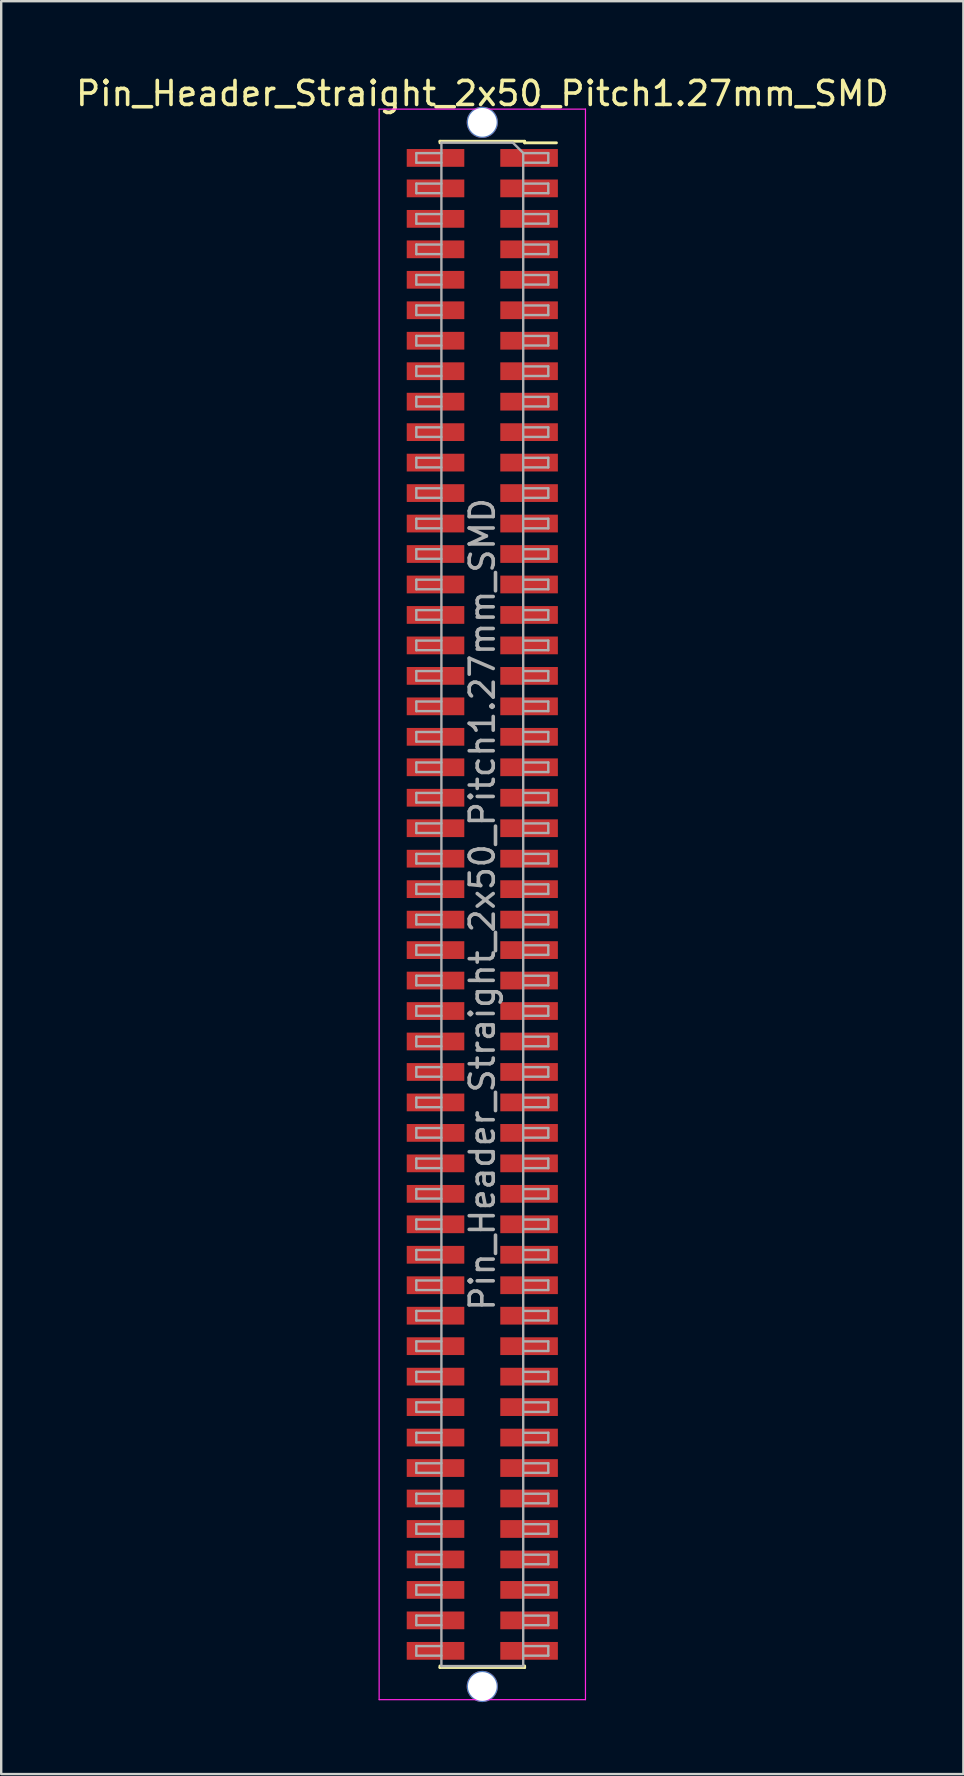
<source format=kicad_pcb>
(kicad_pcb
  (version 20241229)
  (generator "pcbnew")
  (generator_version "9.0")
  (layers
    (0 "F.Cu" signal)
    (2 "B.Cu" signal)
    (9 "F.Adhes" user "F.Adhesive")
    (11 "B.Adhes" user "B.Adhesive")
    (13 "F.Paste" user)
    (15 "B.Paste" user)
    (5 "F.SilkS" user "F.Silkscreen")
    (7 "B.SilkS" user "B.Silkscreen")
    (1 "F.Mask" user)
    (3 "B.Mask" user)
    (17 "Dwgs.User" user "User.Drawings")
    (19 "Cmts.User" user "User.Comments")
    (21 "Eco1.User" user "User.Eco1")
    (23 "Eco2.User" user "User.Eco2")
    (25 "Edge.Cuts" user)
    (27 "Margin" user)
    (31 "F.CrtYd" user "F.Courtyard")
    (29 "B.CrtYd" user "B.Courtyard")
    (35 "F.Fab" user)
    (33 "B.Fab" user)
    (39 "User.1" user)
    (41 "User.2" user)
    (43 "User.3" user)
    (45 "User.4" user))
  (footprint "Pin_Header_Straight_2x50_Pitch1.27mm_SMD"
    (layer "F.Cu")
    (at 17.054 34.648)
    (property "Reference" "Pin_Header_Straight_2x50_Pitch1.27mm_SMD" (at 0 -33.8 0) (layer "F.SilkS") (effects (font (size 1 1) (thickness 0.15))))
    (attr smd)
    (fp_line (start -1.765 -31.81) (end -1.765 -31.745) (stroke (width 0.12) (type solid)) (layer "F.SilkS"))
    (fp_line (start -1.765 -31.81) (end 1.765 -31.81) (stroke (width 0.12) (type solid)) (layer "F.SilkS"))
    (fp_line (start -1.765 31.745) (end -1.765 31.81) (stroke (width 0.12) (type solid)) (layer "F.SilkS"))
    (fp_line (start -1.765 31.81) (end 1.765 31.81) (stroke (width 0.12) (type solid)) (layer "F.SilkS"))
    (fp_line (start 1.765 -31.81) (end 1.765 -31.745) (stroke (width 0.12) (type solid)) (layer "F.SilkS"))
    (fp_line (start 1.765 -31.745) (end 3.09 -31.745) (stroke (width 0.12) (type solid)) (layer "F.SilkS"))
    (fp_line (start 1.765 31.745) (end 1.765 31.81) (stroke (width 0.12) (type solid)) (layer "F.SilkS"))
    (fp_line (start -4.3 -33.15) (end -4.3 33.15) (stroke (width 0.05) (type solid)) (layer "F.CrtYd"))
    (fp_line (start -4.3 33.15) (end 4.3 33.15) (stroke (width 0.05) (type solid)) (layer "F.CrtYd"))
    (fp_line (start 4.3 -33.15) (end -4.3 -33.15) (stroke (width 0.05) (type solid)) (layer "F.CrtYd"))
    (fp_line (start 4.3 33.15) (end 4.3 -33.15) (stroke (width 0.05) (type solid)) (layer "F.CrtYd"))
    (fp_line (start -2.75 -31.315) (end -2.75 -30.915) (stroke (width 0.1) (type solid)) (layer "F.Fab"))
    (fp_line (start -2.75 -30.915) (end -1.705 -30.915) (stroke (width 0.1) (type solid)) (layer "F.Fab"))
    (fp_line (start -2.75 -30.045) (end -2.75 -29.645) (stroke (width 0.1) (type solid)) (layer "F.Fab"))
    (fp_line (start -2.75 -29.645) (end -1.705 -29.645) (stroke (width 0.1) (type solid)) (layer "F.Fab"))
    (fp_line (start -2.75 -28.775) (end -2.75 -28.375) (stroke (width 0.1) (type solid)) (layer "F.Fab"))
    (fp_line (start -2.75 -28.375) (end -1.705 -28.375) (stroke (width 0.1) (type solid)) (layer "F.Fab"))
    (fp_line (start -2.75 -27.505) (end -2.75 -27.105) (stroke (width 0.1) (type solid)) (layer "F.Fab"))
    (fp_line (start -2.75 -27.105) (end -1.705 -27.105) (stroke (width 0.1) (type solid)) (layer "F.Fab"))
    (fp_line (start -2.75 -26.235) (end -2.75 -25.835) (stroke (width 0.1) (type solid)) (layer "F.Fab"))
    (fp_line (start -2.75 -25.835) (end -1.705 -25.835) (stroke (width 0.1) (type solid)) (layer "F.Fab"))
    (fp_line (start -2.75 -24.965) (end -2.75 -24.565) (stroke (width 0.1) (type solid)) (layer "F.Fab"))
    (fp_line (start -2.75 -24.565) (end -1.705 -24.565) (stroke (width 0.1) (type solid)) (layer "F.Fab"))
    (fp_line (start -2.75 -23.695) (end -2.75 -23.295) (stroke (width 0.1) (type solid)) (layer "F.Fab"))
    (fp_line (start -2.75 -23.295) (end -1.705 -23.295) (stroke (width 0.1) (type solid)) (layer "F.Fab"))
    (fp_line (start -2.75 -22.425) (end -2.75 -22.025) (stroke (width 0.1) (type solid)) (layer "F.Fab"))
    (fp_line (start -2.75 -22.025) (end -1.705 -22.025) (stroke (width 0.1) (type solid)) (layer "F.Fab"))
    (fp_line (start -2.75 -21.155) (end -2.75 -20.755) (stroke (width 0.1) (type solid)) (layer "F.Fab"))
    (fp_line (start -2.75 -20.755) (end -1.705 -20.755) (stroke (width 0.1) (type solid)) (layer "F.Fab"))
    (fp_line (start -2.75 -19.885) (end -2.75 -19.485) (stroke (width 0.1) (type solid)) (layer "F.Fab"))
    (fp_line (start -2.75 -19.485) (end -1.705 -19.485) (stroke (width 0.1) (type solid)) (layer "F.Fab"))
    (fp_line (start -2.75 -18.615) (end -2.75 -18.215) (stroke (width 0.1) (type solid)) (layer "F.Fab"))
    (fp_line (start -2.75 -18.215) (end -1.705 -18.215) (stroke (width 0.1) (type solid)) (layer "F.Fab"))
    (fp_line (start -2.75 -17.345) (end -2.75 -16.945) (stroke (width 0.1) (type solid)) (layer "F.Fab"))
    (fp_line (start -2.75 -16.945) (end -1.705 -16.945) (stroke (width 0.1) (type solid)) (layer "F.Fab"))
    (fp_line (start -2.75 -16.075) (end -2.75 -15.675) (stroke (width 0.1) (type solid)) (layer "F.Fab"))
    (fp_line (start -2.75 -15.675) (end -1.705 -15.675) (stroke (width 0.1) (type solid)) (layer "F.Fab"))
    (fp_line (start -2.75 -14.805) (end -2.75 -14.405) (stroke (width 0.1) (type solid)) (layer "F.Fab"))
    (fp_line (start -2.75 -14.405) (end -1.705 -14.405) (stroke (width 0.1) (type solid)) (layer "F.Fab"))
    (fp_line (start -2.75 -13.535) (end -2.75 -13.135) (stroke (width 0.1) (type solid)) (layer "F.Fab"))
    (fp_line (start -2.75 -13.135) (end -1.705 -13.135) (stroke (width 0.1) (type solid)) (layer "F.Fab"))
    (fp_line (start -2.75 -12.265) (end -2.75 -11.865) (stroke (width 0.1) (type solid)) (layer "F.Fab"))
    (fp_line (start -2.75 -11.865) (end -1.705 -11.865) (stroke (width 0.1) (type solid)) (layer "F.Fab"))
    (fp_line (start -2.75 -10.995) (end -2.75 -10.595) (stroke (width 0.1) (type solid)) (layer "F.Fab"))
    (fp_line (start -2.75 -10.595) (end -1.705 -10.595) (stroke (width 0.1) (type solid)) (layer "F.Fab"))
    (fp_line (start -2.75 -9.725) (end -2.75 -9.325) (stroke (width 0.1) (type solid)) (layer "F.Fab"))
    (fp_line (start -2.75 -9.325) (end -1.705 -9.325) (stroke (width 0.1) (type solid)) (layer "F.Fab"))
    (fp_line (start -2.75 -8.455) (end -2.75 -8.055) (stroke (width 0.1) (type solid)) (layer "F.Fab"))
    (fp_line (start -2.75 -8.055) (end -1.705 -8.055) (stroke (width 0.1) (type solid)) (layer "F.Fab"))
    (fp_line (start -2.75 -7.185) (end -2.75 -6.785) (stroke (width 0.1) (type solid)) (layer "F.Fab"))
    (fp_line (start -2.75 -6.785) (end -1.705 -6.785) (stroke (width 0.1) (type solid)) (layer "F.Fab"))
    (fp_line (start -2.75 -5.915) (end -2.75 -5.515) (stroke (width 0.1) (type solid)) (layer "F.Fab"))
    (fp_line (start -2.75 -5.515) (end -1.705 -5.515) (stroke (width 0.1) (type solid)) (layer "F.Fab"))
    (fp_line (start -2.75 -4.645) (end -2.75 -4.245) (stroke (width 0.1) (type solid)) (layer "F.Fab"))
    (fp_line (start -2.75 -4.245) (end -1.705 -4.245) (stroke (width 0.1) (type solid)) (layer "F.Fab"))
    (fp_line (start -2.75 -3.375) (end -2.75 -2.975) (stroke (width 0.1) (type solid)) (layer "F.Fab"))
    (fp_line (start -2.75 -2.975) (end -1.705 -2.975) (stroke (width 0.1) (type solid)) (layer "F.Fab"))
    (fp_line (start -2.75 -2.105) (end -2.75 -1.705) (stroke (width 0.1) (type solid)) (layer "F.Fab"))
    (fp_line (start -2.75 -1.705) (end -1.705 -1.705) (stroke (width 0.1) (type solid)) (layer "F.Fab"))
    (fp_line (start -2.75 -0.835) (end -2.75 -0.435) (stroke (width 0.1) (type solid)) (layer "F.Fab"))
    (fp_line (start -2.75 -0.435) (end -1.705 -0.435) (stroke (width 0.1) (type solid)) (layer "F.Fab"))
    (fp_line (start -2.75 0.435) (end -2.75 0.835) (stroke (width 0.1) (type solid)) (layer "F.Fab"))
    (fp_line (start -2.75 0.835) (end -1.705 0.835) (stroke (width 0.1) (type solid)) (layer "F.Fab"))
    (fp_line (start -2.75 1.705) (end -2.75 2.105) (stroke (width 0.1) (type solid)) (layer "F.Fab"))
    (fp_line (start -2.75 2.105) (end -1.705 2.105) (stroke (width 0.1) (type solid)) (layer "F.Fab"))
    (fp_line (start -2.75 2.975) (end -2.75 3.375) (stroke (width 0.1) (type solid)) (layer "F.Fab"))
    (fp_line (start -2.75 3.375) (end -1.705 3.375) (stroke (width 0.1) (type solid)) (layer "F.Fab"))
    (fp_line (start -2.75 4.245) (end -2.75 4.645) (stroke (width 0.1) (type solid)) (layer "F.Fab"))
    (fp_line (start -2.75 4.645) (end -1.705 4.645) (stroke (width 0.1) (type solid)) (layer "F.Fab"))
    (fp_line (start -2.75 5.515) (end -2.75 5.915) (stroke (width 0.1) (type solid)) (layer "F.Fab"))
    (fp_line (start -2.75 5.915) (end -1.705 5.915) (stroke (width 0.1) (type solid)) (layer "F.Fab"))
    (fp_line (start -2.75 6.785) (end -2.75 7.185) (stroke (width 0.1) (type solid)) (layer "F.Fab"))
    (fp_line (start -2.75 7.185) (end -1.705 7.185) (stroke (width 0.1) (type solid)) (layer "F.Fab"))
    (fp_line (start -2.75 8.055) (end -2.75 8.455) (stroke (width 0.1) (type solid)) (layer "F.Fab"))
    (fp_line (start -2.75 8.455) (end -1.705 8.455) (stroke (width 0.1) (type solid)) (layer "F.Fab"))
    (fp_line (start -2.75 9.325) (end -2.75 9.725) (stroke (width 0.1) (type solid)) (layer "F.Fab"))
    (fp_line (start -2.75 9.725) (end -1.705 9.725) (stroke (width 0.1) (type solid)) (layer "F.Fab"))
    (fp_line (start -2.75 10.595) (end -2.75 10.995) (stroke (width 0.1) (type solid)) (layer "F.Fab"))
    (fp_line (start -2.75 10.995) (end -1.705 10.995) (stroke (width 0.1) (type solid)) (layer "F.Fab"))
    (fp_line (start -2.75 11.865) (end -2.75 12.265) (stroke (width 0.1) (type solid)) (layer "F.Fab"))
    (fp_line (start -2.75 12.265) (end -1.705 12.265) (stroke (width 0.1) (type solid)) (layer "F.Fab"))
    (fp_line (start -2.75 13.135) (end -2.75 13.535) (stroke (width 0.1) (type solid)) (layer "F.Fab"))
    (fp_line (start -2.75 13.535) (end -1.705 13.535) (stroke (width 0.1) (type solid)) (layer "F.Fab"))
    (fp_line (start -2.75 14.405) (end -2.75 14.805) (stroke (width 0.1) (type solid)) (layer "F.Fab"))
    (fp_line (start -2.75 14.805) (end -1.705 14.805) (stroke (width 0.1) (type solid)) (layer "F.Fab"))
    (fp_line (start -2.75 15.675) (end -2.75 16.075) (stroke (width 0.1) (type solid)) (layer "F.Fab"))
    (fp_line (start -2.75 16.075) (end -1.705 16.075) (stroke (width 0.1) (type solid)) (layer "F.Fab"))
    (fp_line (start -2.75 16.945) (end -2.75 17.345) (stroke (width 0.1) (type solid)) (layer "F.Fab"))
    (fp_line (start -2.75 17.345) (end -1.705 17.345) (stroke (width 0.1) (type solid)) (layer "F.Fab"))
    (fp_line (start -2.75 18.215) (end -2.75 18.615) (stroke (width 0.1) (type solid)) (layer "F.Fab"))
    (fp_line (start -2.75 18.615) (end -1.705 18.615) (stroke (width 0.1) (type solid)) (layer "F.Fab"))
    (fp_line (start -2.75 19.485) (end -2.75 19.885) (stroke (width 0.1) (type solid)) (layer "F.Fab"))
    (fp_line (start -2.75 19.885) (end -1.705 19.885) (stroke (width 0.1) (type solid)) (layer "F.Fab"))
    (fp_line (start -2.75 20.755) (end -2.75 21.155) (stroke (width 0.1) (type solid)) (layer "F.Fab"))
    (fp_line (start -2.75 21.155) (end -1.705 21.155) (stroke (width 0.1) (type solid)) (layer "F.Fab"))
    (fp_line (start -2.75 22.025) (end -2.75 22.425) (stroke (width 0.1) (type solid)) (layer "F.Fab"))
    (fp_line (start -2.75 22.425) (end -1.705 22.425) (stroke (width 0.1) (type solid)) (layer "F.Fab"))
    (fp_line (start -2.75 23.295) (end -2.75 23.695) (stroke (width 0.1) (type solid)) (layer "F.Fab"))
    (fp_line (start -2.75 23.695) (end -1.705 23.695) (stroke (width 0.1) (type solid)) (layer "F.Fab"))
    (fp_line (start -2.75 24.565) (end -2.75 24.965) (stroke (width 0.1) (type solid)) (layer "F.Fab"))
    (fp_line (start -2.75 24.965) (end -1.705 24.965) (stroke (width 0.1) (type solid)) (layer "F.Fab"))
    (fp_line (start -2.75 25.835) (end -2.75 26.235) (stroke (width 0.1) (type solid)) (layer "F.Fab"))
    (fp_line (start -2.75 26.235) (end -1.705 26.235) (stroke (width 0.1) (type solid)) (layer "F.Fab"))
    (fp_line (start -2.75 27.105) (end -2.75 27.505) (stroke (width 0.1) (type solid)) (layer "F.Fab"))
    (fp_line (start -2.75 27.505) (end -1.705 27.505) (stroke (width 0.1) (type solid)) (layer "F.Fab"))
    (fp_line (start -2.75 28.375) (end -2.75 28.775) (stroke (width 0.1) (type solid)) (layer "F.Fab"))
    (fp_line (start -2.75 28.775) (end -1.705 28.775) (stroke (width 0.1) (type solid)) (layer "F.Fab"))
    (fp_line (start -2.75 29.645) (end -2.75 30.045) (stroke (width 0.1) (type solid)) (layer "F.Fab"))
    (fp_line (start -2.75 30.045) (end -1.705 30.045) (stroke (width 0.1) (type solid)) (layer "F.Fab"))
    (fp_line (start -2.75 30.915) (end -2.75 31.315) (stroke (width 0.1) (type solid)) (layer "F.Fab"))
    (fp_line (start -2.75 31.315) (end -1.705 31.315) (stroke (width 0.1) (type solid)) (layer "F.Fab"))
    (fp_line (start -1.705 -31.315) (end -2.75 -31.315) (stroke (width 0.1) (type solid)) (layer "F.Fab"))
    (fp_line (start -1.705 -30.045) (end -2.75 -30.045) (stroke (width 0.1) (type solid)) (layer "F.Fab"))
    (fp_line (start -1.705 -28.775) (end -2.75 -28.775) (stroke (width 0.1) (type solid)) (layer "F.Fab"))
    (fp_line (start -1.705 -27.505) (end -2.75 -27.505) (stroke (width 0.1) (type solid)) (layer "F.Fab"))
    (fp_line (start -1.705 -26.235) (end -2.75 -26.235) (stroke (width 0.1) (type solid)) (layer "F.Fab"))
    (fp_line (start -1.705 -24.965) (end -2.75 -24.965) (stroke (width 0.1) (type solid)) (layer "F.Fab"))
    (fp_line (start -1.705 -23.695) (end -2.75 -23.695) (stroke (width 0.1) (type solid)) (layer "F.Fab"))
    (fp_line (start -1.705 -22.425) (end -2.75 -22.425) (stroke (width 0.1) (type solid)) (layer "F.Fab"))
    (fp_line (start -1.705 -21.155) (end -2.75 -21.155) (stroke (width 0.1) (type solid)) (layer "F.Fab"))
    (fp_line (start -1.705 -19.885) (end -2.75 -19.885) (stroke (width 0.1) (type solid)) (layer "F.Fab"))
    (fp_line (start -1.705 -18.615) (end -2.75 -18.615) (stroke (width 0.1) (type solid)) (layer "F.Fab"))
    (fp_line (start -1.705 -17.345) (end -2.75 -17.345) (stroke (width 0.1) (type solid)) (layer "F.Fab"))
    (fp_line (start -1.705 -16.075) (end -2.75 -16.075) (stroke (width 0.1) (type solid)) (layer "F.Fab"))
    (fp_line (start -1.705 -14.805) (end -2.75 -14.805) (stroke (width 0.1) (type solid)) (layer "F.Fab"))
    (fp_line (start -1.705 -13.535) (end -2.75 -13.535) (stroke (width 0.1) (type solid)) (layer "F.Fab"))
    (fp_line (start -1.705 -12.265) (end -2.75 -12.265) (stroke (width 0.1) (type solid)) (layer "F.Fab"))
    (fp_line (start -1.705 -10.995) (end -2.75 -10.995) (stroke (width 0.1) (type solid)) (layer "F.Fab"))
    (fp_line (start -1.705 -9.725) (end -2.75 -9.725) (stroke (width 0.1) (type solid)) (layer "F.Fab"))
    (fp_line (start -1.705 -8.455) (end -2.75 -8.455) (stroke (width 0.1) (type solid)) (layer "F.Fab"))
    (fp_line (start -1.705 -7.185) (end -2.75 -7.185) (stroke (width 0.1) (type solid)) (layer "F.Fab"))
    (fp_line (start -1.705 -5.915) (end -2.75 -5.915) (stroke (width 0.1) (type solid)) (layer "F.Fab"))
    (fp_line (start -1.705 -4.645) (end -2.75 -4.645) (stroke (width 0.1) (type solid)) (layer "F.Fab"))
    (fp_line (start -1.705 -3.375) (end -2.75 -3.375) (stroke (width 0.1) (type solid)) (layer "F.Fab"))
    (fp_line (start -1.705 -2.105) (end -2.75 -2.105) (stroke (width 0.1) (type solid)) (layer "F.Fab"))
    (fp_line (start -1.705 -0.835) (end -2.75 -0.835) (stroke (width 0.1) (type solid)) (layer "F.Fab"))
    (fp_line (start -1.705 0.435) (end -2.75 0.435) (stroke (width 0.1) (type solid)) (layer "F.Fab"))
    (fp_line (start -1.705 1.705) (end -2.75 1.705) (stroke (width 0.1) (type solid)) (layer "F.Fab"))
    (fp_line (start -1.705 2.975) (end -2.75 2.975) (stroke (width 0.1) (type solid)) (layer "F.Fab"))
    (fp_line (start -1.705 4.245) (end -2.75 4.245) (stroke (width 0.1) (type solid)) (layer "F.Fab"))
    (fp_line (start -1.705 5.515) (end -2.75 5.515) (stroke (width 0.1) (type solid)) (layer "F.Fab"))
    (fp_line (start -1.705 6.785) (end -2.75 6.785) (stroke (width 0.1) (type solid)) (layer "F.Fab"))
    (fp_line (start -1.705 8.055) (end -2.75 8.055) (stroke (width 0.1) (type solid)) (layer "F.Fab"))
    (fp_line (start -1.705 9.325) (end -2.75 9.325) (stroke (width 0.1) (type solid)) (layer "F.Fab"))
    (fp_line (start -1.705 10.595) (end -2.75 10.595) (stroke (width 0.1) (type solid)) (layer "F.Fab"))
    (fp_line (start -1.705 11.865) (end -2.75 11.865) (stroke (width 0.1) (type solid)) (layer "F.Fab"))
    (fp_line (start -1.705 13.135) (end -2.75 13.135) (stroke (width 0.1) (type solid)) (layer "F.Fab"))
    (fp_line (start -1.705 14.405) (end -2.75 14.405) (stroke (width 0.1) (type solid)) (layer "F.Fab"))
    (fp_line (start -1.705 15.675) (end -2.75 15.675) (stroke (width 0.1) (type solid)) (layer "F.Fab"))
    (fp_line (start -1.705 16.945) (end -2.75 16.945) (stroke (width 0.1) (type solid)) (layer "F.Fab"))
    (fp_line (start -1.705 18.215) (end -2.75 18.215) (stroke (width 0.1) (type solid)) (layer "F.Fab"))
    (fp_line (start -1.705 19.485) (end -2.75 19.485) (stroke (width 0.1) (type solid)) (layer "F.Fab"))
    (fp_line (start -1.705 20.755) (end -2.75 20.755) (stroke (width 0.1) (type solid)) (layer "F.Fab"))
    (fp_line (start -1.705 22.025) (end -2.75 22.025) (stroke (width 0.1) (type solid)) (layer "F.Fab"))
    (fp_line (start -1.705 23.295) (end -2.75 23.295) (stroke (width 0.1) (type solid)) (layer "F.Fab"))
    (fp_line (start -1.705 24.565) (end -2.75 24.565) (stroke (width 0.1) (type solid)) (layer "F.Fab"))
    (fp_line (start -1.705 25.835) (end -2.75 25.835) (stroke (width 0.1) (type solid)) (layer "F.Fab"))
    (fp_line (start -1.705 27.105) (end -2.75 27.105) (stroke (width 0.1) (type solid)) (layer "F.Fab"))
    (fp_line (start -1.705 28.375) (end -2.75 28.375) (stroke (width 0.1) (type solid)) (layer "F.Fab"))
    (fp_line (start -1.705 29.645) (end -2.75 29.645) (stroke (width 0.1) (type solid)) (layer "F.Fab"))
    (fp_line (start -1.705 30.915) (end -2.75 30.915) (stroke (width 0.1) (type solid)) (layer "F.Fab"))
    (fp_line (start -1.705 31.75) (end -1.705 -31.75) (stroke (width 0.1) (type solid)) (layer "F.Fab"))
    (fp_line (start -1.7 -31.75) (end 1.275 -31.75) (stroke (width 0.1) (type solid)) (layer "F.Fab"))
    (fp_line (start 1.705 -31.315) (end 2.75 -31.315) (stroke (width 0.1) (type solid)) (layer "F.Fab"))
    (fp_line (start 1.705 -31.3) (end 1.705 31.75) (stroke (width 0.1) (type solid)) (layer "F.Fab"))
    (fp_line (start 1.705 -30.045) (end 2.75 -30.045) (stroke (width 0.1) (type solid)) (layer "F.Fab"))
    (fp_line (start 1.705 -28.775) (end 2.75 -28.775) (stroke (width 0.1) (type solid)) (layer "F.Fab"))
    (fp_line (start 1.705 -27.505) (end 2.75 -27.505) (stroke (width 0.1) (type solid)) (layer "F.Fab"))
    (fp_line (start 1.705 -26.235) (end 2.75 -26.235) (stroke (width 0.1) (type solid)) (layer "F.Fab"))
    (fp_line (start 1.705 -24.965) (end 2.75 -24.965) (stroke (width 0.1) (type solid)) (layer "F.Fab"))
    (fp_line (start 1.705 -23.695) (end 2.75 -23.695) (stroke (width 0.1) (type solid)) (layer "F.Fab"))
    (fp_line (start 1.705 -22.425) (end 2.75 -22.425) (stroke (width 0.1) (type solid)) (layer "F.Fab"))
    (fp_line (start 1.705 -21.155) (end 2.75 -21.155) (stroke (width 0.1) (type solid)) (layer "F.Fab"))
    (fp_line (start 1.705 -19.885) (end 2.75 -19.885) (stroke (width 0.1) (type solid)) (layer "F.Fab"))
    (fp_line (start 1.705 -18.615) (end 2.75 -18.615) (stroke (width 0.1) (type solid)) (layer "F.Fab"))
    (fp_line (start 1.705 -17.345) (end 2.75 -17.345) (stroke (width 0.1) (type solid)) (layer "F.Fab"))
    (fp_line (start 1.705 -16.075) (end 2.75 -16.075) (stroke (width 0.1) (type solid)) (layer "F.Fab"))
    (fp_line (start 1.705 -14.805) (end 2.75 -14.805) (stroke (width 0.1) (type solid)) (layer "F.Fab"))
    (fp_line (start 1.705 -13.535) (end 2.75 -13.535) (stroke (width 0.1) (type solid)) (layer "F.Fab"))
    (fp_line (start 1.705 -12.265) (end 2.75 -12.265) (stroke (width 0.1) (type solid)) (layer "F.Fab"))
    (fp_line (start 1.705 -10.995) (end 2.75 -10.995) (stroke (width 0.1) (type solid)) (layer "F.Fab"))
    (fp_line (start 1.705 -9.725) (end 2.75 -9.725) (stroke (width 0.1) (type solid)) (layer "F.Fab"))
    (fp_line (start 1.705 -8.455) (end 2.75 -8.455) (stroke (width 0.1) (type solid)) (layer "F.Fab"))
    (fp_line (start 1.705 -7.185) (end 2.75 -7.185) (stroke (width 0.1) (type solid)) (layer "F.Fab"))
    (fp_line (start 1.705 -5.915) (end 2.75 -5.915) (stroke (width 0.1) (type solid)) (layer "F.Fab"))
    (fp_line (start 1.705 -4.645) (end 2.75 -4.645) (stroke (width 0.1) (type solid)) (layer "F.Fab"))
    (fp_line (start 1.705 -3.375) (end 2.75 -3.375) (stroke (width 0.1) (type solid)) (layer "F.Fab"))
    (fp_line (start 1.705 -2.105) (end 2.75 -2.105) (stroke (width 0.1) (type solid)) (layer "F.Fab"))
    (fp_line (start 1.705 -0.835) (end 2.75 -0.835) (stroke (width 0.1) (type solid)) (layer "F.Fab"))
    (fp_line (start 1.705 0.435) (end 2.75 0.435) (stroke (width 0.1) (type solid)) (layer "F.Fab"))
    (fp_line (start 1.705 1.705) (end 2.75 1.705) (stroke (width 0.1) (type solid)) (layer "F.Fab"))
    (fp_line (start 1.705 2.975) (end 2.75 2.975) (stroke (width 0.1) (type solid)) (layer "F.Fab"))
    (fp_line (start 1.705 4.245) (end 2.75 4.245) (stroke (width 0.1) (type solid)) (layer "F.Fab"))
    (fp_line (start 1.705 5.515) (end 2.75 5.515) (stroke (width 0.1) (type solid)) (layer "F.Fab"))
    (fp_line (start 1.705 6.785) (end 2.75 6.785) (stroke (width 0.1) (type solid)) (layer "F.Fab"))
    (fp_line (start 1.705 8.055) (end 2.75 8.055) (stroke (width 0.1) (type solid)) (layer "F.Fab"))
    (fp_line (start 1.705 9.325) (end 2.75 9.325) (stroke (width 0.1) (type solid)) (layer "F.Fab"))
    (fp_line (start 1.705 10.595) (end 2.75 10.595) (stroke (width 0.1) (type solid)) (layer "F.Fab"))
    (fp_line (start 1.705 11.865) (end 2.75 11.865) (stroke (width 0.1) (type solid)) (layer "F.Fab"))
    (fp_line (start 1.705 13.135) (end 2.75 13.135) (stroke (width 0.1) (type solid)) (layer "F.Fab"))
    (fp_line (start 1.705 14.405) (end 2.75 14.405) (stroke (width 0.1) (type solid)) (layer "F.Fab"))
    (fp_line (start 1.705 15.675) (end 2.75 15.675) (stroke (width 0.1) (type solid)) (layer "F.Fab"))
    (fp_line (start 1.705 16.945) (end 2.75 16.945) (stroke (width 0.1) (type solid)) (layer "F.Fab"))
    (fp_line (start 1.705 18.215) (end 2.75 18.215) (stroke (width 0.1) (type solid)) (layer "F.Fab"))
    (fp_line (start 1.705 19.485) (end 2.75 19.485) (stroke (width 0.1) (type solid)) (layer "F.Fab"))
    (fp_line (start 1.705 20.755) (end 2.75 20.755) (stroke (width 0.1) (type solid)) (layer "F.Fab"))
    (fp_line (start 1.705 22.025) (end 2.75 22.025) (stroke (width 0.1) (type solid)) (layer "F.Fab"))
    (fp_line (start 1.705 23.295) (end 2.75 23.295) (stroke (width 0.1) (type solid)) (layer "F.Fab"))
    (fp_line (start 1.705 24.565) (end 2.75 24.565) (stroke (width 0.1) (type solid)) (layer "F.Fab"))
    (fp_line (start 1.705 25.835) (end 2.75 25.835) (stroke (width 0.1) (type solid)) (layer "F.Fab"))
    (fp_line (start 1.705 27.105) (end 2.75 27.105) (stroke (width 0.1) (type solid)) (layer "F.Fab"))
    (fp_line (start 1.705 28.375) (end 2.75 28.375) (stroke (width 0.1) (type solid)) (layer "F.Fab"))
    (fp_line (start 1.705 29.645) (end 2.75 29.645) (stroke (width 0.1) (type solid)) (layer "F.Fab"))
    (fp_line (start 1.705 30.915) (end 2.75 30.915) (stroke (width 0.1) (type solid)) (layer "F.Fab"))
    (fp_line (start 1.705 31.75) (end -1.705 31.75) (stroke (width 0.1) (type solid)) (layer "F.Fab"))
    (fp_line (start 1.71 -31.315) (end 1.275 -31.75) (stroke (width 0.1) (type solid)) (layer "F.Fab"))
    (fp_line (start 2.75 -31.315) (end 2.75 -30.915) (stroke (width 0.1) (type solid)) (layer "F.Fab"))
    (fp_line (start 2.75 -30.915) (end 1.705 -30.915) (stroke (width 0.1) (type solid)) (layer "F.Fab"))
    (fp_line (start 2.75 -30.045) (end 2.75 -29.645) (stroke (width 0.1) (type solid)) (layer "F.Fab"))
    (fp_line (start 2.75 -29.645) (end 1.705 -29.645) (stroke (width 0.1) (type solid)) (layer "F.Fab"))
    (fp_line (start 2.75 -28.775) (end 2.75 -28.375) (stroke (width 0.1) (type solid)) (layer "F.Fab"))
    (fp_line (start 2.75 -28.375) (end 1.705 -28.375) (stroke (width 0.1) (type solid)) (layer "F.Fab"))
    (fp_line (start 2.75 -27.505) (end 2.75 -27.105) (stroke (width 0.1) (type solid)) (layer "F.Fab"))
    (fp_line (start 2.75 -27.105) (end 1.705 -27.105) (stroke (width 0.1) (type solid)) (layer "F.Fab"))
    (fp_line (start 2.75 -26.235) (end 2.75 -25.835) (stroke (width 0.1) (type solid)) (layer "F.Fab"))
    (fp_line (start 2.75 -25.835) (end 1.705 -25.835) (stroke (width 0.1) (type solid)) (layer "F.Fab"))
    (fp_line (start 2.75 -24.965) (end 2.75 -24.565) (stroke (width 0.1) (type solid)) (layer "F.Fab"))
    (fp_line (start 2.75 -24.565) (end 1.705 -24.565) (stroke (width 0.1) (type solid)) (layer "F.Fab"))
    (fp_line (start 2.75 -23.695) (end 2.75 -23.295) (stroke (width 0.1) (type solid)) (layer "F.Fab"))
    (fp_line (start 2.75 -23.295) (end 1.705 -23.295) (stroke (width 0.1) (type solid)) (layer "F.Fab"))
    (fp_line (start 2.75 -22.425) (end 2.75 -22.025) (stroke (width 0.1) (type solid)) (layer "F.Fab"))
    (fp_line (start 2.75 -22.025) (end 1.705 -22.025) (stroke (width 0.1) (type solid)) (layer "F.Fab"))
    (fp_line (start 2.75 -21.155) (end 2.75 -20.755) (stroke (width 0.1) (type solid)) (layer "F.Fab"))
    (fp_line (start 2.75 -20.755) (end 1.705 -20.755) (stroke (width 0.1) (type solid)) (layer "F.Fab"))
    (fp_line (start 2.75 -19.885) (end 2.75 -19.485) (stroke (width 0.1) (type solid)) (layer "F.Fab"))
    (fp_line (start 2.75 -19.485) (end 1.705 -19.485) (stroke (width 0.1) (type solid)) (layer "F.Fab"))
    (fp_line (start 2.75 -18.615) (end 2.75 -18.215) (stroke (width 0.1) (type solid)) (layer "F.Fab"))
    (fp_line (start 2.75 -18.215) (end 1.705 -18.215) (stroke (width 0.1) (type solid)) (layer "F.Fab"))
    (fp_line (start 2.75 -17.345) (end 2.75 -16.945) (stroke (width 0.1) (type solid)) (layer "F.Fab"))
    (fp_line (start 2.75 -16.945) (end 1.705 -16.945) (stroke (width 0.1) (type solid)) (layer "F.Fab"))
    (fp_line (start 2.75 -16.075) (end 2.75 -15.675) (stroke (width 0.1) (type solid)) (layer "F.Fab"))
    (fp_line (start 2.75 -15.675) (end 1.705 -15.675) (stroke (width 0.1) (type solid)) (layer "F.Fab"))
    (fp_line (start 2.75 -14.805) (end 2.75 -14.405) (stroke (width 0.1) (type solid)) (layer "F.Fab"))
    (fp_line (start 2.75 -14.405) (end 1.705 -14.405) (stroke (width 0.1) (type solid)) (layer "F.Fab"))
    (fp_line (start 2.75 -13.535) (end 2.75 -13.135) (stroke (width 0.1) (type solid)) (layer "F.Fab"))
    (fp_line (start 2.75 -13.135) (end 1.705 -13.135) (stroke (width 0.1) (type solid)) (layer "F.Fab"))
    (fp_line (start 2.75 -12.265) (end 2.75 -11.865) (stroke (width 0.1) (type solid)) (layer "F.Fab"))
    (fp_line (start 2.75 -11.865) (end 1.705 -11.865) (stroke (width 0.1) (type solid)) (layer "F.Fab"))
    (fp_line (start 2.75 -10.995) (end 2.75 -10.595) (stroke (width 0.1) (type solid)) (layer "F.Fab"))
    (fp_line (start 2.75 -10.595) (end 1.705 -10.595) (stroke (width 0.1) (type solid)) (layer "F.Fab"))
    (fp_line (start 2.75 -9.725) (end 2.75 -9.325) (stroke (width 0.1) (type solid)) (layer "F.Fab"))
    (fp_line (start 2.75 -9.325) (end 1.705 -9.325) (stroke (width 0.1) (type solid)) (layer "F.Fab"))
    (fp_line (start 2.75 -8.455) (end 2.75 -8.055) (stroke (width 0.1) (type solid)) (layer "F.Fab"))
    (fp_line (start 2.75 -8.055) (end 1.705 -8.055) (stroke (width 0.1) (type solid)) (layer "F.Fab"))
    (fp_line (start 2.75 -7.185) (end 2.75 -6.785) (stroke (width 0.1) (type solid)) (layer "F.Fab"))
    (fp_line (start 2.75 -6.785) (end 1.705 -6.785) (stroke (width 0.1) (type solid)) (layer "F.Fab"))
    (fp_line (start 2.75 -5.915) (end 2.75 -5.515) (stroke (width 0.1) (type solid)) (layer "F.Fab"))
    (fp_line (start 2.75 -5.515) (end 1.705 -5.515) (stroke (width 0.1) (type solid)) (layer "F.Fab"))
    (fp_line (start 2.75 -4.645) (end 2.75 -4.245) (stroke (width 0.1) (type solid)) (layer "F.Fab"))
    (fp_line (start 2.75 -4.245) (end 1.705 -4.245) (stroke (width 0.1) (type solid)) (layer "F.Fab"))
    (fp_line (start 2.75 -3.375) (end 2.75 -2.975) (stroke (width 0.1) (type solid)) (layer "F.Fab"))
    (fp_line (start 2.75 -2.975) (end 1.705 -2.975) (stroke (width 0.1) (type solid)) (layer "F.Fab"))
    (fp_line (start 2.75 -2.105) (end 2.75 -1.705) (stroke (width 0.1) (type solid)) (layer "F.Fab"))
    (fp_line (start 2.75 -1.705) (end 1.705 -1.705) (stroke (width 0.1) (type solid)) (layer "F.Fab"))
    (fp_line (start 2.75 -0.835) (end 2.75 -0.435) (stroke (width 0.1) (type solid)) (layer "F.Fab"))
    (fp_line (start 2.75 -0.435) (end 1.705 -0.435) (stroke (width 0.1) (type solid)) (layer "F.Fab"))
    (fp_line (start 2.75 0.435) (end 2.75 0.835) (stroke (width 0.1) (type solid)) (layer "F.Fab"))
    (fp_line (start 2.75 0.835) (end 1.705 0.835) (stroke (width 0.1) (type solid)) (layer "F.Fab"))
    (fp_line (start 2.75 1.705) (end 2.75 2.105) (stroke (width 0.1) (type solid)) (layer "F.Fab"))
    (fp_line (start 2.75 2.105) (end 1.705 2.105) (stroke (width 0.1) (type solid)) (layer "F.Fab"))
    (fp_line (start 2.75 2.975) (end 2.75 3.375) (stroke (width 0.1) (type solid)) (layer "F.Fab"))
    (fp_line (start 2.75 3.375) (end 1.705 3.375) (stroke (width 0.1) (type solid)) (layer "F.Fab"))
    (fp_line (start 2.75 4.245) (end 2.75 4.645) (stroke (width 0.1) (type solid)) (layer "F.Fab"))
    (fp_line (start 2.75 4.645) (end 1.705 4.645) (stroke (width 0.1) (type solid)) (layer "F.Fab"))
    (fp_line (start 2.75 5.515) (end 2.75 5.915) (stroke (width 0.1) (type solid)) (layer "F.Fab"))
    (fp_line (start 2.75 5.915) (end 1.705 5.915) (stroke (width 0.1) (type solid)) (layer "F.Fab"))
    (fp_line (start 2.75 6.785) (end 2.75 7.185) (stroke (width 0.1) (type solid)) (layer "F.Fab"))
    (fp_line (start 2.75 7.185) (end 1.705 7.185) (stroke (width 0.1) (type solid)) (layer "F.Fab"))
    (fp_line (start 2.75 8.055) (end 2.75 8.455) (stroke (width 0.1) (type solid)) (layer "F.Fab"))
    (fp_line (start 2.75 8.455) (end 1.705 8.455) (stroke (width 0.1) (type solid)) (layer "F.Fab"))
    (fp_line (start 2.75 9.325) (end 2.75 9.725) (stroke (width 0.1) (type solid)) (layer "F.Fab"))
    (fp_line (start 2.75 9.725) (end 1.705 9.725) (stroke (width 0.1) (type solid)) (layer "F.Fab"))
    (fp_line (start 2.75 10.595) (end 2.75 10.995) (stroke (width 0.1) (type solid)) (layer "F.Fab"))
    (fp_line (start 2.75 10.995) (end 1.705 10.995) (stroke (width 0.1) (type solid)) (layer "F.Fab"))
    (fp_line (start 2.75 11.865) (end 2.75 12.265) (stroke (width 0.1) (type solid)) (layer "F.Fab"))
    (fp_line (start 2.75 12.265) (end 1.705 12.265) (stroke (width 0.1) (type solid)) (layer "F.Fab"))
    (fp_line (start 2.75 13.135) (end 2.75 13.535) (stroke (width 0.1) (type solid)) (layer "F.Fab"))
    (fp_line (start 2.75 13.535) (end 1.705 13.535) (stroke (width 0.1) (type solid)) (layer "F.Fab"))
    (fp_line (start 2.75 14.405) (end 2.75 14.805) (stroke (width 0.1) (type solid)) (layer "F.Fab"))
    (fp_line (start 2.75 14.805) (end 1.705 14.805) (stroke (width 0.1) (type solid)) (layer "F.Fab"))
    (fp_line (start 2.75 15.675) (end 2.75 16.075) (stroke (width 0.1) (type solid)) (layer "F.Fab"))
    (fp_line (start 2.75 16.075) (end 1.705 16.075) (stroke (width 0.1) (type solid)) (layer "F.Fab"))
    (fp_line (start 2.75 16.945) (end 2.75 17.345) (stroke (width 0.1) (type solid)) (layer "F.Fab"))
    (fp_line (start 2.75 17.345) (end 1.705 17.345) (stroke (width 0.1) (type solid)) (layer "F.Fab"))
    (fp_line (start 2.75 18.215) (end 2.75 18.615) (stroke (width 0.1) (type solid)) (layer "F.Fab"))
    (fp_line (start 2.75 18.615) (end 1.705 18.615) (stroke (width 0.1) (type solid)) (layer "F.Fab"))
    (fp_line (start 2.75 19.485) (end 2.75 19.885) (stroke (width 0.1) (type solid)) (layer "F.Fab"))
    (fp_line (start 2.75 19.885) (end 1.705 19.885) (stroke (width 0.1) (type solid)) (layer "F.Fab"))
    (fp_line (start 2.75 20.755) (end 2.75 21.155) (stroke (width 0.1) (type solid)) (layer "F.Fab"))
    (fp_line (start 2.75 21.155) (end 1.705 21.155) (stroke (width 0.1) (type solid)) (layer "F.Fab"))
    (fp_line (start 2.75 22.025) (end 2.75 22.425) (stroke (width 0.1) (type solid)) (layer "F.Fab"))
    (fp_line (start 2.75 22.425) (end 1.705 22.425) (stroke (width 0.1) (type solid)) (layer "F.Fab"))
    (fp_line (start 2.75 23.295) (end 2.75 23.695) (stroke (width 0.1) (type solid)) (layer "F.Fab"))
    (fp_line (start 2.75 23.695) (end 1.705 23.695) (stroke (width 0.1) (type solid)) (layer "F.Fab"))
    (fp_line (start 2.75 24.565) (end 2.75 24.965) (stroke (width 0.1) (type solid)) (layer "F.Fab"))
    (fp_line (start 2.75 24.965) (end 1.705 24.965) (stroke (width 0.1) (type solid)) (layer "F.Fab"))
    (fp_line (start 2.75 25.835) (end 2.75 26.235) (stroke (width 0.1) (type solid)) (layer "F.Fab"))
    (fp_line (start 2.75 26.235) (end 1.705 26.235) (stroke (width 0.1) (type solid)) (layer "F.Fab"))
    (fp_line (start 2.75 27.105) (end 2.75 27.505) (stroke (width 0.1) (type solid)) (layer "F.Fab"))
    (fp_line (start 2.75 27.505) (end 1.705 27.505) (stroke (width 0.1) (type solid)) (layer "F.Fab"))
    (fp_line (start 2.75 28.375) (end 2.75 28.775) (stroke (width 0.1) (type solid)) (layer "F.Fab"))
    (fp_line (start 2.75 28.775) (end 1.705 28.775) (stroke (width 0.1) (type solid)) (layer "F.Fab"))
    (fp_line (start 2.75 29.645) (end 2.75 30.045) (stroke (width 0.1) (type solid)) (layer "F.Fab"))
    (fp_line (start 2.75 30.045) (end 1.705 30.045) (stroke (width 0.1) (type solid)) (layer "F.Fab"))
    (fp_line (start 2.75 30.915) (end 2.75 31.315) (stroke (width 0.1) (type solid)) (layer "F.Fab"))
    (fp_line (start 2.75 31.315) (end 1.705 31.315) (stroke (width 0.1) (type solid)) (layer "F.Fab"))
    (fp_text user "${REFERENCE}" (at 0 0 90) (layer "F.Fab") (effects (font (size 1 1) (thickness 0.15))))
    (pad "" np_thru_hole circle (at 0 -32.6) (size 1.3 1.3) (drill 1.2) (layers "*.Cu"))
    (pad "" np_thru_hole circle (at 0 32.6) (size 1.3 1.3) (drill 1.2) (layers "*.Cu"))
    (pad "1" smd rect (at 1.95 -31.115) (size 2.4 0.74) (layers "F.Cu" "F.Mask" "F.Paste"))
    (pad "2" smd rect (at -1.95 -31.115) (size 2.4 0.74) (layers "F.Cu" "F.Mask" "F.Paste"))
    (pad "3" smd rect (at 1.95 -29.845) (size 2.4 0.74) (layers "F.Cu" "F.Mask" "F.Paste"))
    (pad "4" smd rect (at -1.95 -29.845) (size 2.4 0.74) (layers "F.Cu" "F.Mask" "F.Paste"))
    (pad "5" smd rect (at 1.95 -28.575) (size 2.4 0.74) (layers "F.Cu" "F.Mask" "F.Paste"))
    (pad "6" smd rect (at -1.95 -28.575) (size 2.4 0.74) (layers "F.Cu" "F.Mask" "F.Paste"))
    (pad "7" smd rect (at 1.95 -27.305) (size 2.4 0.74) (layers "F.Cu" "F.Mask" "F.Paste"))
    (pad "8" smd rect (at -1.95 -27.305) (size 2.4 0.74) (layers "F.Cu" "F.Mask" "F.Paste"))
    (pad "9" smd rect (at 1.95 -26.035) (size 2.4 0.74) (layers "F.Cu" "F.Mask" "F.Paste"))
    (pad "10" smd rect (at -1.95 -26.035) (size 2.4 0.74) (layers "F.Cu" "F.Mask" "F.Paste"))
    (pad "11" smd rect (at 1.95 -24.765) (size 2.4 0.74) (layers "F.Cu" "F.Mask" "F.Paste"))
    (pad "12" smd rect (at -1.95 -24.765) (size 2.4 0.74) (layers "F.Cu" "F.Mask" "F.Paste"))
    (pad "13" smd rect (at 1.95 -23.495) (size 2.4 0.74) (layers "F.Cu" "F.Mask" "F.Paste"))
    (pad "14" smd rect (at -1.95 -23.495) (size 2.4 0.74) (layers "F.Cu" "F.Mask" "F.Paste"))
    (pad "15" smd rect (at 1.95 -22.225) (size 2.4 0.74) (layers "F.Cu" "F.Mask" "F.Paste"))
    (pad "16" smd rect (at -1.95 -22.225) (size 2.4 0.74) (layers "F.Cu" "F.Mask" "F.Paste"))
    (pad "17" smd rect (at 1.95 -20.955) (size 2.4 0.74) (layers "F.Cu" "F.Mask" "F.Paste"))
    (pad "18" smd rect (at -1.95 -20.955) (size 2.4 0.74) (layers "F.Cu" "F.Mask" "F.Paste"))
    (pad "19" smd rect (at 1.95 -19.685) (size 2.4 0.74) (layers "F.Cu" "F.Mask" "F.Paste"))
    (pad "20" smd rect (at -1.95 -19.685) (size 2.4 0.74) (layers "F.Cu" "F.Mask" "F.Paste"))
    (pad "21" smd rect (at 1.95 -18.415) (size 2.4 0.74) (layers "F.Cu" "F.Mask" "F.Paste"))
    (pad "22" smd rect (at -1.95 -18.415) (size 2.4 0.74) (layers "F.Cu" "F.Mask" "F.Paste"))
    (pad "23" smd rect (at 1.95 -17.145) (size 2.4 0.74) (layers "F.Cu" "F.Mask" "F.Paste"))
    (pad "24" smd rect (at -1.95 -17.145) (size 2.4 0.74) (layers "F.Cu" "F.Mask" "F.Paste"))
    (pad "25" smd rect (at 1.95 -15.875) (size 2.4 0.74) (layers "F.Cu" "F.Mask" "F.Paste"))
    (pad "26" smd rect (at -1.95 -15.875) (size 2.4 0.74) (layers "F.Cu" "F.Mask" "F.Paste"))
    (pad "27" smd rect (at 1.95 -14.605) (size 2.4 0.74) (layers "F.Cu" "F.Mask" "F.Paste"))
    (pad "28" smd rect (at -1.95 -14.605) (size 2.4 0.74) (layers "F.Cu" "F.Mask" "F.Paste"))
    (pad "29" smd rect (at 1.95 -13.335) (size 2.4 0.74) (layers "F.Cu" "F.Mask" "F.Paste"))
    (pad "30" smd rect (at -1.95 -13.335) (size 2.4 0.74) (layers "F.Cu" "F.Mask" "F.Paste"))
    (pad "31" smd rect (at 1.95 -12.065) (size 2.4 0.74) (layers "F.Cu" "F.Mask" "F.Paste"))
    (pad "32" smd rect (at -1.95 -12.065) (size 2.4 0.74) (layers "F.Cu" "F.Mask" "F.Paste"))
    (pad "33" smd rect (at 1.95 -10.795) (size 2.4 0.74) (layers "F.Cu" "F.Mask" "F.Paste"))
    (pad "34" smd rect (at -1.95 -10.795) (size 2.4 0.74) (layers "F.Cu" "F.Mask" "F.Paste"))
    (pad "35" smd rect (at 1.95 -9.525) (size 2.4 0.74) (layers "F.Cu" "F.Mask" "F.Paste"))
    (pad "36" smd rect (at -1.95 -9.525) (size 2.4 0.74) (layers "F.Cu" "F.Mask" "F.Paste"))
    (pad "37" smd rect (at 1.95 -8.255) (size 2.4 0.74) (layers "F.Cu" "F.Mask" "F.Paste"))
    (pad "38" smd rect (at -1.95 -8.255) (size 2.4 0.74) (layers "F.Cu" "F.Mask" "F.Paste"))
    (pad "39" smd rect (at 1.95 -6.985) (size 2.4 0.74) (layers "F.Cu" "F.Mask" "F.Paste"))
    (pad "40" smd rect (at -1.95 -6.985) (size 2.4 0.74) (layers "F.Cu" "F.Mask" "F.Paste"))
    (pad "41" smd rect (at 1.95 -5.715) (size 2.4 0.74) (layers "F.Cu" "F.Mask" "F.Paste"))
    (pad "42" smd rect (at -1.95 -5.715) (size 2.4 0.74) (layers "F.Cu" "F.Mask" "F.Paste"))
    (pad "43" smd rect (at 1.95 -4.445) (size 2.4 0.74) (layers "F.Cu" "F.Mask" "F.Paste"))
    (pad "44" smd rect (at -1.95 -4.445) (size 2.4 0.74) (layers "F.Cu" "F.Mask" "F.Paste"))
    (pad "45" smd rect (at 1.95 -3.175) (size 2.4 0.74) (layers "F.Cu" "F.Mask" "F.Paste"))
    (pad "46" smd rect (at -1.95 -3.175) (size 2.4 0.74) (layers "F.Cu" "F.Mask" "F.Paste"))
    (pad "47" smd rect (at 1.95 -1.905) (size 2.4 0.74) (layers "F.Cu" "F.Mask" "F.Paste"))
    (pad "48" smd rect (at -1.95 -1.905) (size 2.4 0.74) (layers "F.Cu" "F.Mask" "F.Paste"))
    (pad "49" smd rect (at 1.95 -0.635) (size 2.4 0.74) (layers "F.Cu" "F.Mask" "F.Paste"))
    (pad "50" smd rect (at -1.95 -0.635) (size 2.4 0.74) (layers "F.Cu" "F.Mask" "F.Paste"))
    (pad "51" smd rect (at 1.95 0.635) (size 2.4 0.74) (layers "F.Cu" "F.Mask" "F.Paste"))
    (pad "52" smd rect (at -1.95 0.635) (size 2.4 0.74) (layers "F.Cu" "F.Mask" "F.Paste"))
    (pad "53" smd rect (at 1.95 1.905) (size 2.4 0.74) (layers "F.Cu" "F.Mask" "F.Paste"))
    (pad "54" smd rect (at -1.95 1.905) (size 2.4 0.74) (layers "F.Cu" "F.Mask" "F.Paste"))
    (pad "55" smd rect (at 1.95 3.175) (size 2.4 0.74) (layers "F.Cu" "F.Mask" "F.Paste"))
    (pad "56" smd rect (at -1.95 3.175) (size 2.4 0.74) (layers "F.Cu" "F.Mask" "F.Paste"))
    (pad "57" smd rect (at 1.95 4.445) (size 2.4 0.74) (layers "F.Cu" "F.Mask" "F.Paste"))
    (pad "58" smd rect (at -1.95 4.445) (size 2.4 0.74) (layers "F.Cu" "F.Mask" "F.Paste"))
    (pad "59" smd rect (at 1.95 5.715) (size 2.4 0.74) (layers "F.Cu" "F.Mask" "F.Paste"))
    (pad "60" smd rect (at -1.95 5.715) (size 2.4 0.74) (layers "F.Cu" "F.Mask" "F.Paste"))
    (pad "61" smd rect (at 1.95 6.985) (size 2.4 0.74) (layers "F.Cu" "F.Mask" "F.Paste"))
    (pad "62" smd rect (at -1.95 6.985) (size 2.4 0.74) (layers "F.Cu" "F.Mask" "F.Paste"))
    (pad "63" smd rect (at 1.95 8.255) (size 2.4 0.74) (layers "F.Cu" "F.Mask" "F.Paste"))
    (pad "64" smd rect (at -1.95 8.255) (size 2.4 0.74) (layers "F.Cu" "F.Mask" "F.Paste"))
    (pad "65" smd rect (at 1.95 9.525) (size 2.4 0.74) (layers "F.Cu" "F.Mask" "F.Paste"))
    (pad "66" smd rect (at -1.95 9.525) (size 2.4 0.74) (layers "F.Cu" "F.Mask" "F.Paste"))
    (pad "67" smd rect (at 1.95 10.795) (size 2.4 0.74) (layers "F.Cu" "F.Mask" "F.Paste"))
    (pad "68" smd rect (at -1.95 10.795) (size 2.4 0.74) (layers "F.Cu" "F.Mask" "F.Paste"))
    (pad "69" smd rect (at 1.95 12.065) (size 2.4 0.74) (layers "F.Cu" "F.Mask" "F.Paste"))
    (pad "70" smd rect (at -1.95 12.065) (size 2.4 0.74) (layers "F.Cu" "F.Mask" "F.Paste"))
    (pad "71" smd rect (at 1.95 13.335) (size 2.4 0.74) (layers "F.Cu" "F.Mask" "F.Paste"))
    (pad "72" smd rect (at -1.95 13.335) (size 2.4 0.74) (layers "F.Cu" "F.Mask" "F.Paste"))
    (pad "73" smd rect (at 1.95 14.605) (size 2.4 0.74) (layers "F.Cu" "F.Mask" "F.Paste"))
    (pad "74" smd rect (at -1.95 14.605) (size 2.4 0.74) (layers "F.Cu" "F.Mask" "F.Paste"))
    (pad "75" smd rect (at 1.95 15.875) (size 2.4 0.74) (layers "F.Cu" "F.Mask" "F.Paste"))
    (pad "76" smd rect (at -1.95 15.875) (size 2.4 0.74) (layers "F.Cu" "F.Mask" "F.Paste"))
    (pad "77" smd rect (at 1.95 17.145) (size 2.4 0.74) (layers "F.Cu" "F.Mask" "F.Paste"))
    (pad "78" smd rect (at -1.95 17.145) (size 2.4 0.74) (layers "F.Cu" "F.Mask" "F.Paste"))
    (pad "79" smd rect (at 1.95 18.415) (size 2.4 0.74) (layers "F.Cu" "F.Mask" "F.Paste"))
    (pad "80" smd rect (at -1.95 18.415) (size 2.4 0.74) (layers "F.Cu" "F.Mask" "F.Paste"))
    (pad "81" smd rect (at 1.95 19.685) (size 2.4 0.74) (layers "F.Cu" "F.Mask" "F.Paste"))
    (pad "82" smd rect (at -1.95 19.685) (size 2.4 0.74) (layers "F.Cu" "F.Mask" "F.Paste"))
    (pad "83" smd rect (at 1.95 20.955) (size 2.4 0.74) (layers "F.Cu" "F.Mask" "F.Paste"))
    (pad "84" smd rect (at -1.95 20.955) (size 2.4 0.74) (layers "F.Cu" "F.Mask" "F.Paste"))
    (pad "85" smd rect (at 1.95 22.225) (size 2.4 0.74) (layers "F.Cu" "F.Mask" "F.Paste"))
    (pad "86" smd rect (at -1.95 22.225) (size 2.4 0.74) (layers "F.Cu" "F.Mask" "F.Paste"))
    (pad "87" smd rect (at 1.95 23.495) (size 2.4 0.74) (layers "F.Cu" "F.Mask" "F.Paste"))
    (pad "88" smd rect (at -1.95 23.495) (size 2.4 0.74) (layers "F.Cu" "F.Mask" "F.Paste"))
    (pad "89" smd rect (at 1.95 24.765) (size 2.4 0.74) (layers "F.Cu" "F.Mask" "F.Paste"))
    (pad "90" smd rect (at -1.95 24.765) (size 2.4 0.74) (layers "F.Cu" "F.Mask" "F.Paste"))
    (pad "91" smd rect (at 1.95 26.035) (size 2.4 0.74) (layers "F.Cu" "F.Mask" "F.Paste"))
    (pad "92" smd rect (at -1.95 26.035) (size 2.4 0.74) (layers "F.Cu" "F.Mask" "F.Paste"))
    (pad "93" smd rect (at 1.95 27.305) (size 2.4 0.74) (layers "F.Cu" "F.Mask" "F.Paste"))
    (pad "94" smd rect (at -1.95 27.305) (size 2.4 0.74) (layers "F.Cu" "F.Mask" "F.Paste"))
    (pad "95" smd rect (at 1.95 28.575) (size 2.4 0.74) (layers "F.Cu" "F.Mask" "F.Paste"))
    (pad "96" smd rect (at -1.95 28.575) (size 2.4 0.74) (layers "F.Cu" "F.Mask" "F.Paste"))
    (pad "97" smd rect (at 1.95 29.845) (size 2.4 0.74) (layers "F.Cu" "F.Mask" "F.Paste"))
    (pad "98" smd rect (at -1.95 29.845) (size 2.4 0.74) (layers "F.Cu" "F.Mask" "F.Paste"))
    (pad "99" smd rect (at 1.95 31.115) (size 2.4 0.74) (layers "F.Cu" "F.Mask" "F.Paste"))
    (pad "100" smd rect (at -1.95 31.115) (size 2.4 0.74) (layers "F.Cu" "F.Mask" "F.Paste")))
  (gr_rect
    (start -3 -3)
    (end 37.107 70.898)
    (stroke (width 0.1) (type default))
    (fill no)
    (layer "Edge.Cuts")))
</source>
